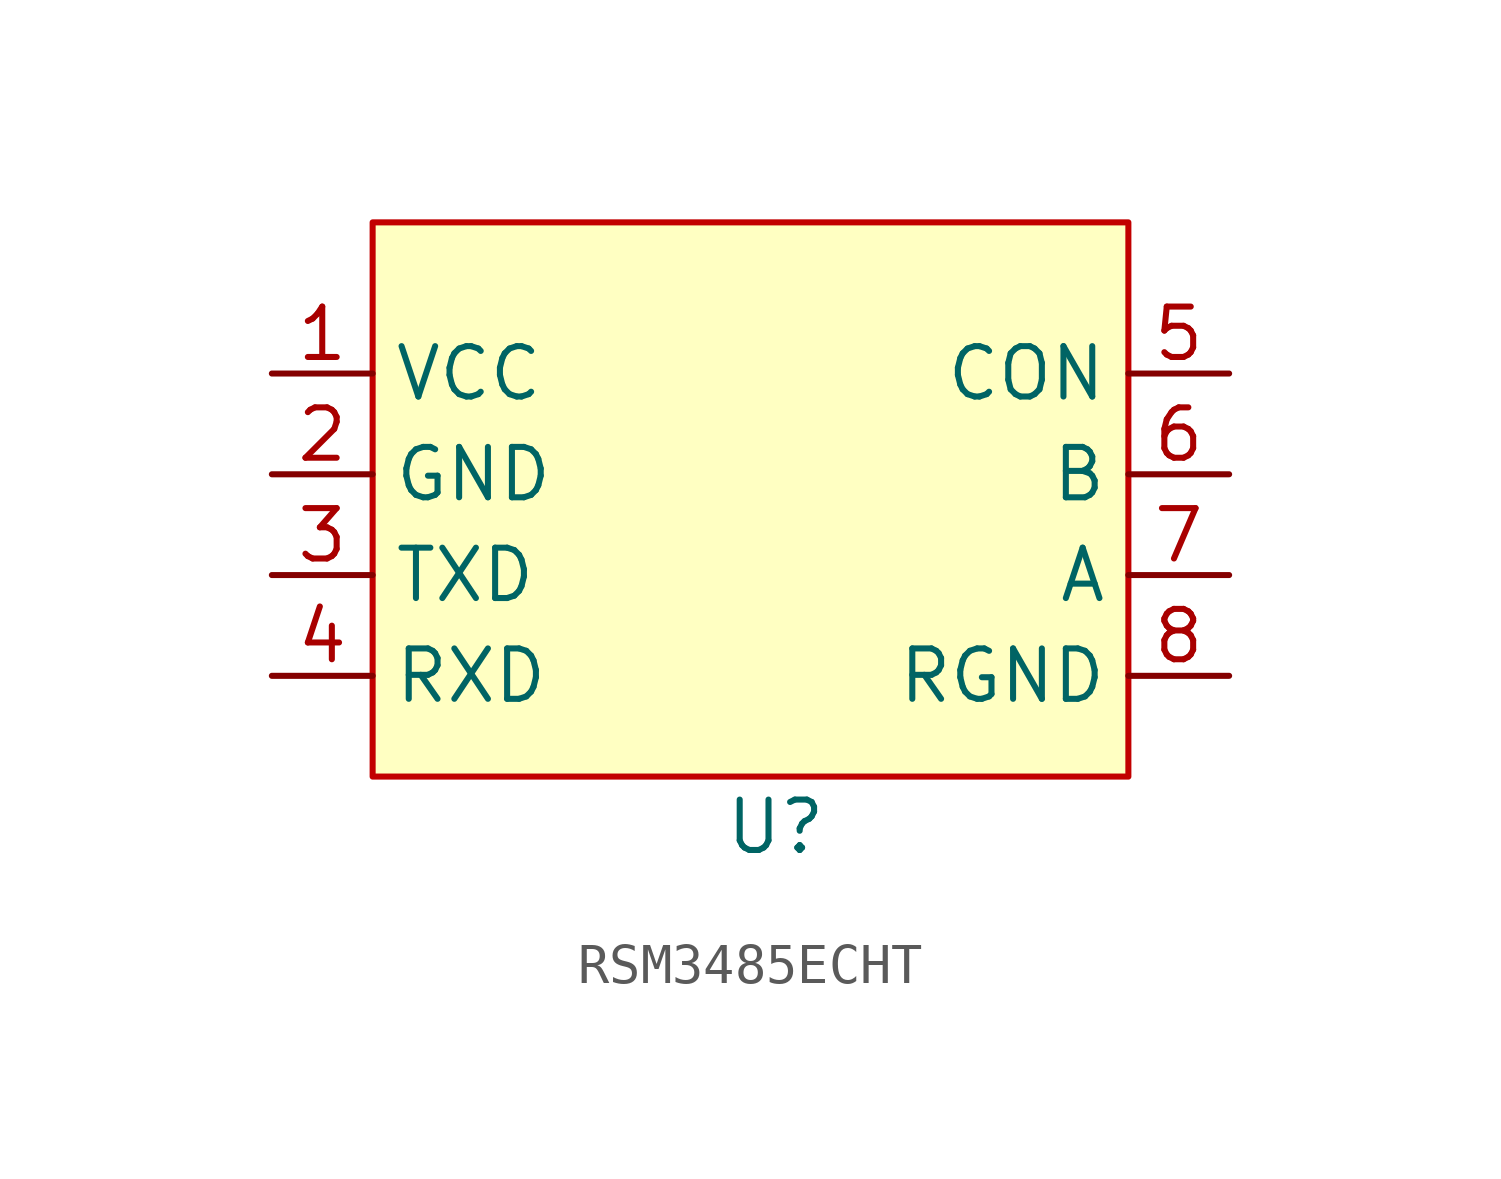
<source format=kicad_sym>
(kicad_symbol_lib
  (version 20241209)
  (generator "kicad_symbol_editor")
  (generator_version "9.0")
  (symbol "RSM3485ECHT"
    (property "Reference" "U"
      (at 0 -7.62 0)
      (effects (font (size 1.27 1.27))))
    (property "Value" ""
      (at 0 0 0)
      (effects (font (size 1.27 1.27))))
    (symbol "RSM3485ECHT_1_1"
      (rectangle (start -10.16 7.62) (end 8.89 -6.35) (stroke (width 0) (type solid) (color 194 0 0 1)) (fill (type color) (color 255 255 194 1)))
      (pin input line (at -12.7 3.81 0) (length 2.54) (name "VCC" (effects (font (size 1.27 1.27)))) (number "1" (effects (font (size 1.27 1.27)))))
      (pin input line (at -12.7 1.27 0) (length 2.54) (name "GND" (effects (font (size 1.27 1.27)))) (number "2" (effects (font (size 1.27 1.27)))))
      (pin input line (at -12.7 -1.27 0) (length 2.54) (name "TXD" (effects (font (size 1.27 1.27)))) (number "3" (effects (font (size 1.27 1.27)))))
      (pin input line (at -12.7 -3.81 0) (length 2.54) (name "RXD" (effects (font (size 1.27 1.27)))) (number "4" (effects (font (size 1.27 1.27)))))
      (pin input line (at 11.43 3.81 180) (length 2.54) (name "CON" (effects (font (size 1.27 1.27)))) (number "5" (effects (font (size 1.27 1.27)))))
      (pin input line (at 11.43 1.27 180) (length 2.54) (name "B" (effects (font (size 1.27 1.27)))) (number "6" (effects (font (size 1.27 1.27)))))
      (pin input line (at 11.43 -1.27 180) (length 2.54) (name "A" (effects (font (size 1.27 1.27)))) (number "7" (effects (font (size 1.27 1.27)))))
      (pin input line (at 11.43 -3.81 180) (length 2.54) (name "RGND" (effects (font (size 1.27 1.27)))) (number "8" (effects (font (size 1.27 1.27))))))))
</source>
